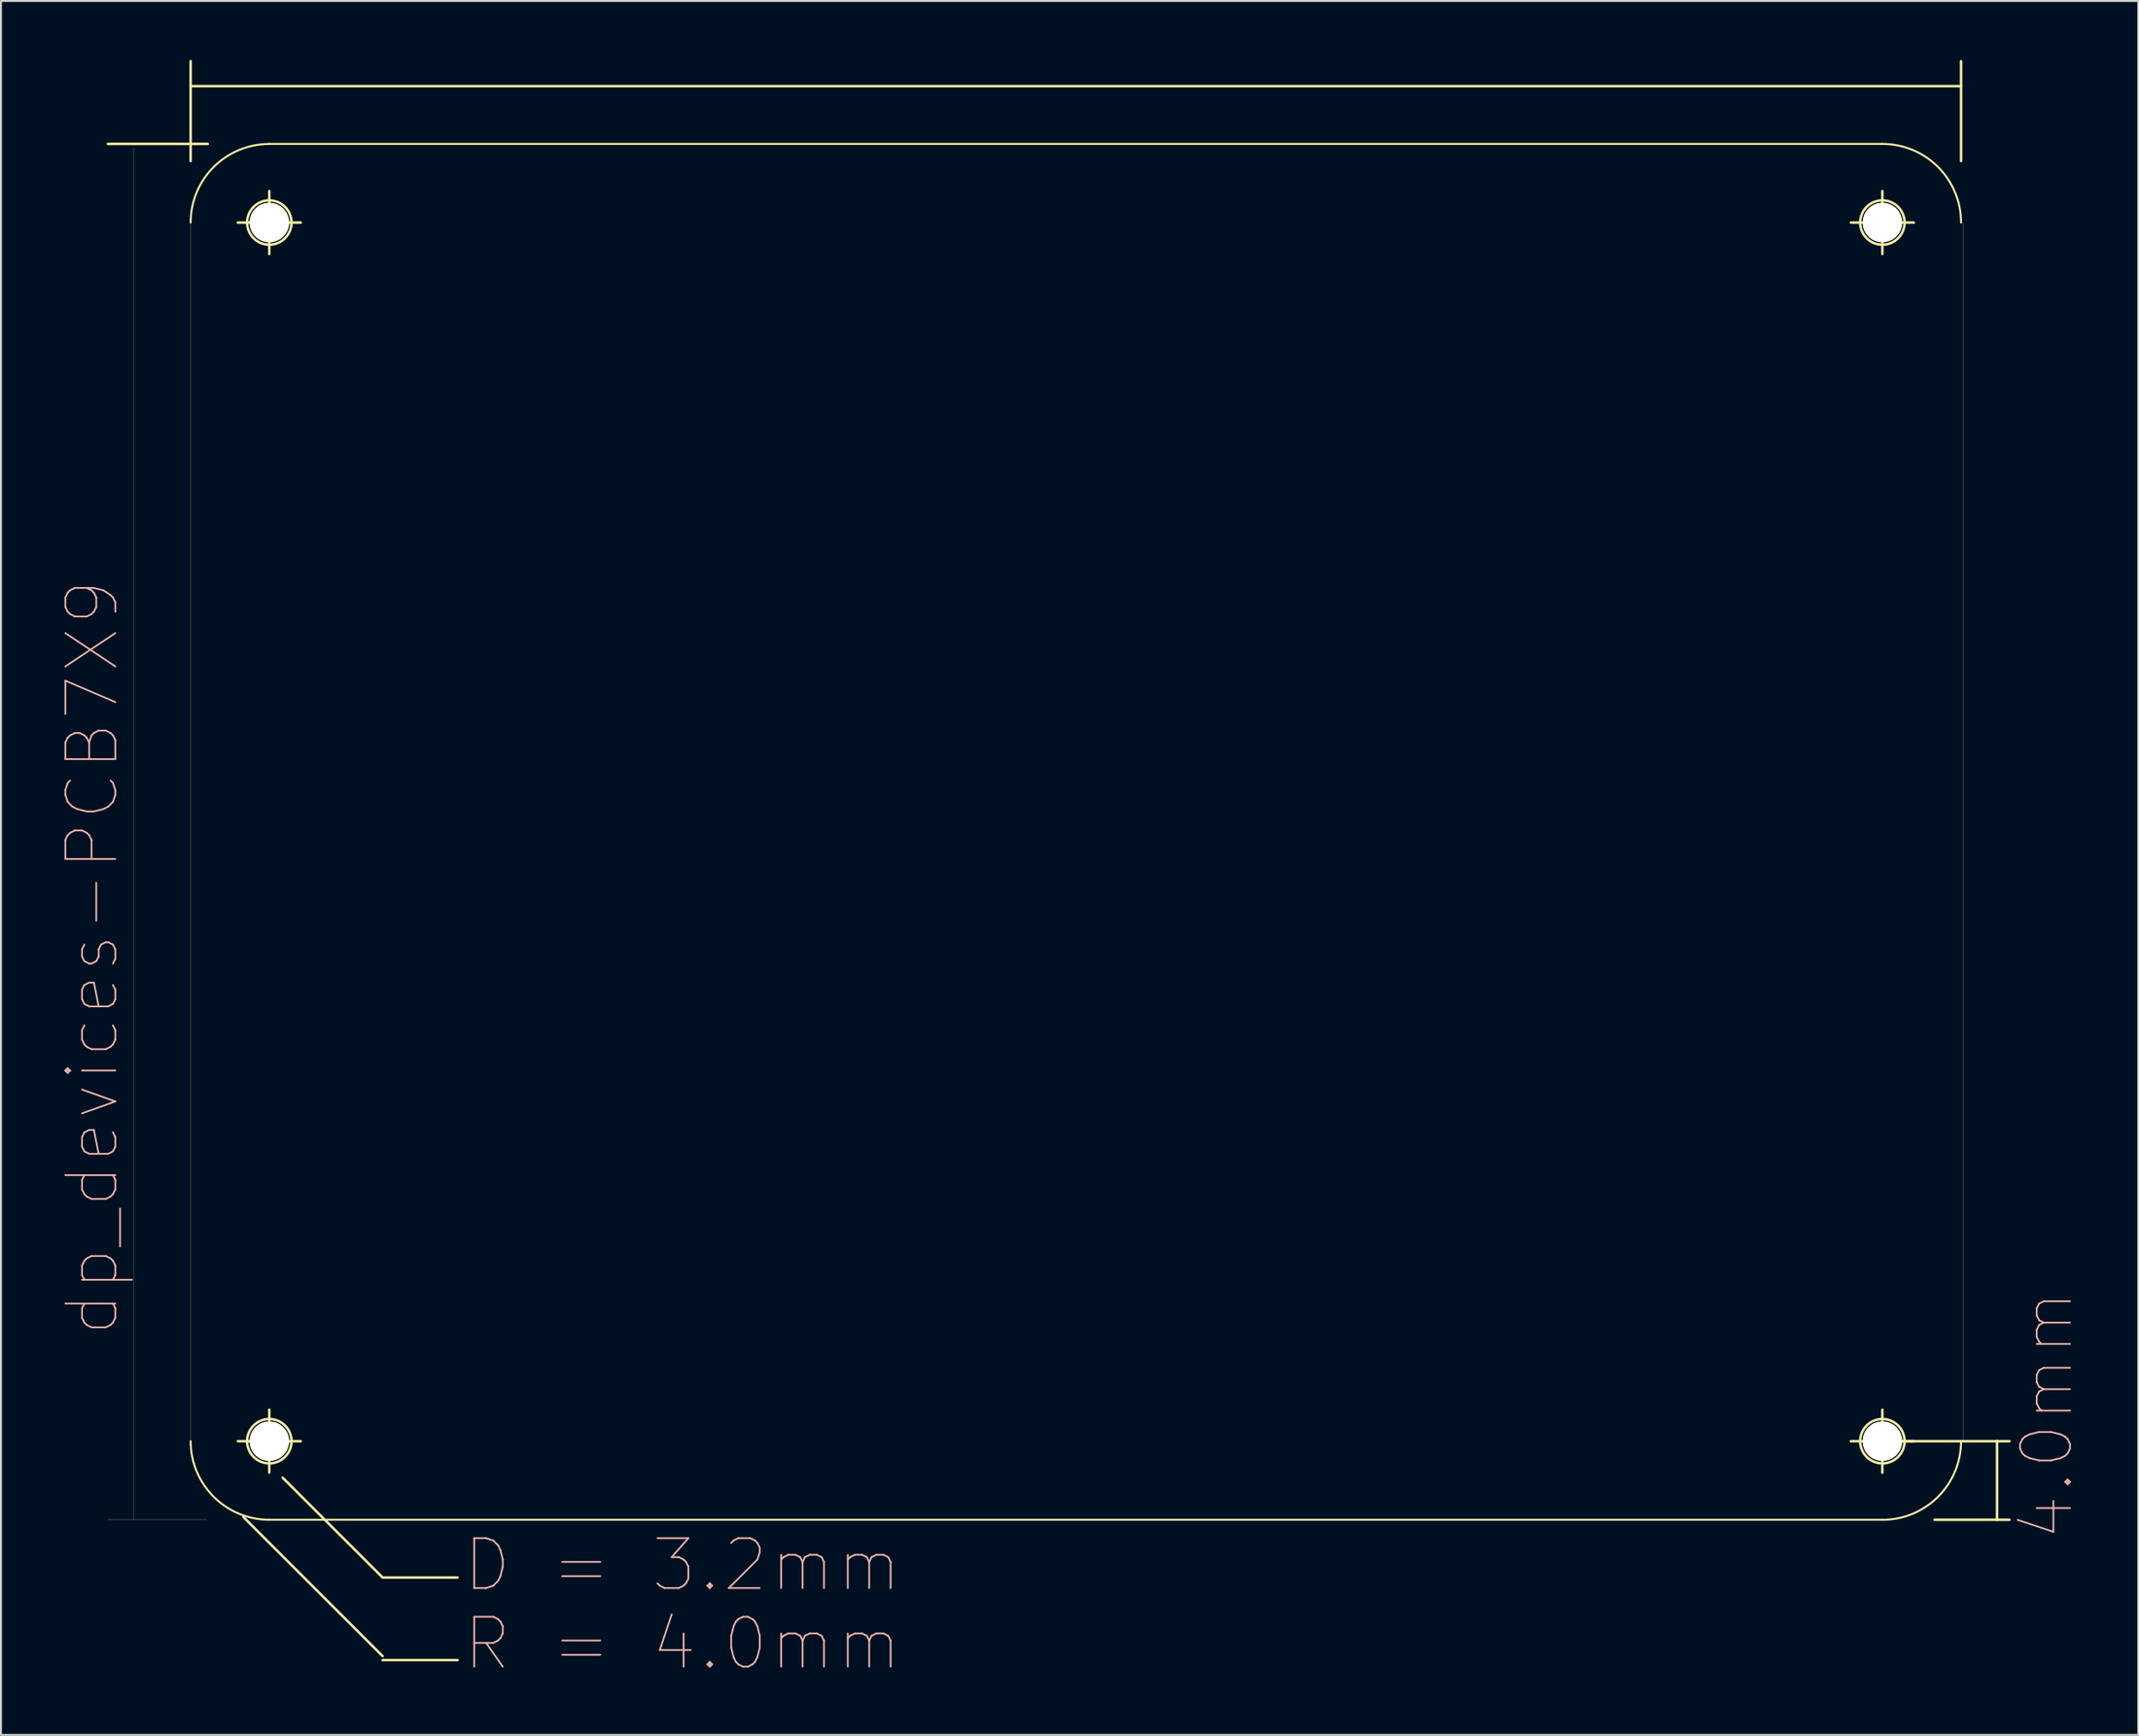
<source format=kicad_pcb>
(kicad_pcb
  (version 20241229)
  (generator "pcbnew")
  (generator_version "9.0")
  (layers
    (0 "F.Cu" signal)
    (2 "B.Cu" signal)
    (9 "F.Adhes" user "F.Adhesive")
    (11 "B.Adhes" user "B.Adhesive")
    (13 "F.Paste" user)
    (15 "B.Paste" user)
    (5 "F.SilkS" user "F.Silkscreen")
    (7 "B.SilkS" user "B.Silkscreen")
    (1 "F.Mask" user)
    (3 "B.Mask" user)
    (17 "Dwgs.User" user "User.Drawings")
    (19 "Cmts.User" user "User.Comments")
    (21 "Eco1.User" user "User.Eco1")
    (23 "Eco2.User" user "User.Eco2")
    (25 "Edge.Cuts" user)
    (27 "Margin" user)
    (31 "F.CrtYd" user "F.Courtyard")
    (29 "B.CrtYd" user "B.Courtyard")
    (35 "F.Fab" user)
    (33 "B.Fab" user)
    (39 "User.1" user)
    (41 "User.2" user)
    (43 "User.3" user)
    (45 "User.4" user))
  (footprint "dp_devices-PCB7X9"
    (layer "F.Cu")
    (at 6.642 74.272)
    (property "Reference" "dp_devices-PCB7X9" (at -5 -28.6 90) (layer "B.SilkS") (effects (font (size 2.54 2.54) (thickness 0.089))))
    (attr exclude_from_pos_files exclude_from_bom)
    (fp_line (start -4.209 -70) (end 0.869 -70) (stroke (width 0.127) (type solid)) (layer "F.SilkS"))
    (fp_line (start -2.9 0) (end -2.9 -69.8) (stroke (width 0.01) (type solid)) (layer "F.SilkS"))
    (fp_line (start 0 -74.209) (end 0 -69.129) (stroke (width 0.127) (type solid)) (layer "F.SilkS"))
    (fp_line (start 0 -4) (end 0 -66) (stroke (width 0.01) (type solid)) (layer "F.SilkS"))
    (fp_line (start 0.8 0) (end -4.2 0) (stroke (width 0.01) (type solid)) (layer "F.SilkS"))
    (fp_line (start 2.398 -65.999) (end 5.598 -65.999) (stroke (width 0.127) (type solid)) (layer "F.SilkS"))
    (fp_line (start 2.398 -3.998) (end 5.598 -3.998) (stroke (width 0.127) (type solid)) (layer "F.SilkS"))
    (fp_line (start 2.68 -0.14) (end 9.759 6.939) (stroke (width 0.127) (type solid)) (layer "F.SilkS"))
    (fp_line (start 3.998 -64.399) (end 3.998 -67.6) (stroke (width 0.127) (type solid)) (layer "F.SilkS"))
    (fp_line (start 3.998 -2.398) (end 3.998 -5.598) (stroke (width 0.127) (type solid)) (layer "F.SilkS"))
    (fp_line (start 3.998 0) (end 85.999 0) (stroke (width 0.1) (type solid)) (layer "F.SilkS"))
    (fp_line (start 4.679 -2.139) (end 9.759 2.939) (stroke (width 0.127) (type solid)) (layer "F.SilkS"))
    (fp_line (start 9.759 2.939) (end 13.569 2.939) (stroke (width 0.127) (type solid)) (layer "F.SilkS"))
    (fp_line (start 9.759 7.139) (end 13.569 7.139) (stroke (width 0.127) (type solid)) (layer "F.SilkS"))
    (fp_line (start 84.399 -65.999) (end 87.6 -65.999) (stroke (width 0.127) (type solid)) (layer "F.SilkS"))
    (fp_line (start 84.399 -3.998) (end 87.6 -3.998) (stroke (width 0.127) (type solid)) (layer "F.SilkS"))
    (fp_line (start 85.999 -70) (end 3.998 -70) (stroke (width 0.1) (type solid)) (layer "F.SilkS"))
    (fp_line (start 85.999 -64.399) (end 85.999 -67.6) (stroke (width 0.127) (type solid)) (layer "F.SilkS"))
    (fp_line (start 85.999 -3.998) (end 91.829 -3.998) (stroke (width 0.127) (type solid)) (layer "F.SilkS"))
    (fp_line (start 85.999 -2.398) (end 85.999 -5.598) (stroke (width 0.127) (type solid)) (layer "F.SilkS"))
    (fp_line (start 88.654 0) (end 92.464 0) (stroke (width 0.127) (type solid)) (layer "F.SilkS"))
    (fp_line (start 90 -74.209) (end 90 -69.129) (stroke (width 0.127) (type solid)) (layer "F.SilkS"))
    (fp_line (start 90 -72.939) (end 0 -72.939) (stroke (width 0.127) (type solid)) (layer "F.SilkS"))
    (fp_line (start 90.1 -66) (end 90.1 -4) (stroke (width 0.01) (type solid)) (layer "F.SilkS"))
    (fp_line (start 91.829 -3.998) (end 91.829 0) (stroke (width 0.127) (type solid)) (layer "F.SilkS"))
    (fp_line (start 91.829 -3.998) (end 92.464 -3.998) (stroke (width 0.127) (type solid)) (layer "F.SilkS"))
    (fp_arc (start 0 -65.99932) (mid 1.170975 -68.826305) (end 3.99796 -69.99728) (stroke (width 0.1) (type solid)) (layer "F.SilkS"))
    (fp_arc (start 3.99796 0) (mid 1.170975 -1.170975) (end 0 -3.99796) (stroke (width 0.1) (type solid)) (layer "F.SilkS"))
    (fp_arc (start 85.99932 -69.99982) (mid 88.828101 -68.828101) (end 89.99982 -65.99932) (stroke (width 0.1) (type solid)) (layer "F.SilkS"))
    (fp_arc (start 89.99982 -3.99796) (mid 88.828101 -1.169179) (end 85.99932 0.00254) (stroke (width 0.1) (type solid)) (layer "F.SilkS"))
    (fp_circle (center 3.998 -65.999) (end 4.796 -66.797) (stroke (width 0.127) (type solid)) (fill no) (layer "F.SilkS"))
    (fp_circle (center 3.998 -3.998) (end 4.796 -4.796) (stroke (width 0.127) (type solid)) (fill no) (layer "F.SilkS"))
    (fp_circle (center 85.999 -65.999) (end 86.797 -66.797) (stroke (width 0.127) (type solid)) (fill no) (layer "F.SilkS"))
    (fp_circle (center 85.999 -3.998) (end 86.797 -4.796) (stroke (width 0.127) (type solid)) (fill no) (layer "F.SilkS"))
    (fp_text user "D = 3.2mm" (at 24.999 2.304 0) (layer "B.SilkS") (effects (font (size 2.54 2.54) (thickness 0.089))))
    (fp_text user "R = 4.0mm" (at 24.999 6.304 0) (layer "B.SilkS") (effects (font (size 2.54 2.54) (thickness 0.089))))
    (fp_text user "4.0mm" (at 94.369 -5.314 90) (layer "B.SilkS") (effects (font (size 2.54 2.54) (thickness 0.089))))
    (pad "~" thru_hole circle (at 4 -66) (size 2 2) (drill 2) (layers "*.Cu" "*.Mask" "F.SilkS"))
    (pad "~" thru_hole circle (at 4 -4) (size 2 2) (drill 2) (layers "*.Cu" "*.Mask" "F.SilkS"))
    (pad "~" thru_hole circle (at 86 -66) (size 2 2) (drill 2) (layers "*.Cu" "*.Mask" "F.SilkS"))
    (pad "~" thru_hole circle (at 86 -4) (size 2 2) (drill 2) (layers "*.Cu" "*.Mask" "F.SilkS")))
  (gr_rect
    (start -3 -3)
    (end 105.652 85.218)
    (stroke (width 0.1) (type default))
    (fill no)
    (layer "Edge.Cuts")))
</source>
